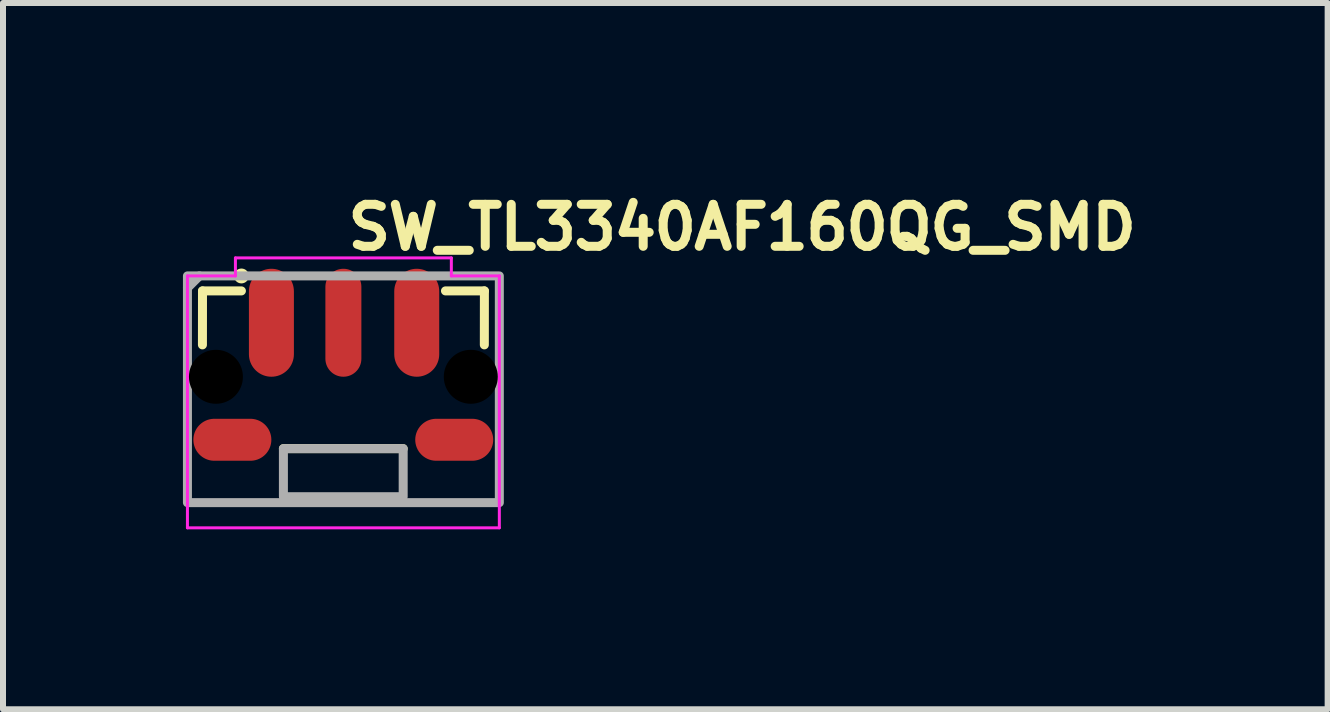
<source format=kicad_pcb>
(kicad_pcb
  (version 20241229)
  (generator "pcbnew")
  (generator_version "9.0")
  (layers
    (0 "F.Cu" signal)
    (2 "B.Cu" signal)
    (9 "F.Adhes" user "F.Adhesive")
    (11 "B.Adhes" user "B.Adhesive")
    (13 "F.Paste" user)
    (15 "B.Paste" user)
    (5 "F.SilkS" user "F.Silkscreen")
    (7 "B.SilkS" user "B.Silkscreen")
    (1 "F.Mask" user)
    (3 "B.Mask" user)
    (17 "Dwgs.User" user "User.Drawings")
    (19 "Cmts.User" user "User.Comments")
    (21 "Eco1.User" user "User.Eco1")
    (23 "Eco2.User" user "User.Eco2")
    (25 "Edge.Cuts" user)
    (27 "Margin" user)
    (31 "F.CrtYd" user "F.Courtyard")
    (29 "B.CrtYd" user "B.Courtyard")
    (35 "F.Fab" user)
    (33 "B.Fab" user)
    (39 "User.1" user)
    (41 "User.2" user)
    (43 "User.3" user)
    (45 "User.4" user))
  (footprint "SW_TL3340AF160QG_SMD"
    (layer "F.Cu")
    (at 2.675 3.45)
    (property "Reference" "SW_TL3340AF160QG_SMD" (at 0 -2.3 0) (layer "F.SilkS") (effects (font (size 0.7 0.7) (thickness 0.15)) (justify left bottom)))
    (attr smd)
    (fp_line (start -2.349 -1.65) (end -2.35 -0.75) (stroke (width 0.15) (type solid)) (layer "F.SilkS"))
    (fp_line (start -2.349 -1.65) (end -1.7 -1.65) (stroke (width 0.15) (type solid)) (layer "F.SilkS"))
    (fp_line (start -1 0.98) (end 0.997 0.98) (stroke (width 0.15) (type solid)) (layer "F.SilkS"))
    (fp_line (start 1.702 -1.65) (end 2.351 -1.65) (stroke (width 0.15) (type solid)) (layer "F.SilkS"))
    (fp_line (start 2.351 -1.65) (end 2.35 -0.75) (stroke (width 0.15) (type solid)) (layer "F.SilkS"))
    (fp_circle (center -1.7 -1.899) (end -1.651 -1.899) (stroke (width 0.15) (type solid)) (fill yes) (layer "F.SilkS"))
    (fp_line (start -2.6 -1.9) (end -1.8 -1.9) (stroke (width 0.05) (type solid)) (layer "F.CrtYd"))
    (fp_line (start -2.6 2.3) (end -2.6 -1.9) (stroke (width 0.05) (type solid)) (layer "F.CrtYd"))
    (fp_line (start -1.8 -2.2) (end 1.8 -2.2) (stroke (width 0.05) (type solid)) (layer "F.CrtYd"))
    (fp_line (start -1.8 -1.9) (end -1.8 -2.2) (stroke (width 0.05) (type solid)) (layer "F.CrtYd"))
    (fp_line (start 1.8 -2.2) (end 1.8 -1.9) (stroke (width 0.05) (type solid)) (layer "F.CrtYd"))
    (fp_line (start 1.8 -1.9) (end 2.6 -1.9) (stroke (width 0.05) (type solid)) (layer "F.CrtYd"))
    (fp_line (start 2.6 -1.9) (end 2.6 2.3) (stroke (width 0.05) (type solid)) (layer "F.CrtYd"))
    (fp_line (start 2.6 2.3) (end -2.6 2.3) (stroke (width 0.05) (type solid)) (layer "F.CrtYd"))
    (fp_line (start -2.6 -1.7) (end -2.4 -1.9) (stroke (width 0.15) (type solid)) (layer "F.Fab"))
    (fp_rect (start -2.6 1.88) (end 2.6 -1.9) (stroke (width 0.15) (type solid)) (fill no) (layer "F.Fab"))
    (fp_rect (start 0.997 0.98) (end -1 1.781) (stroke (width 0.15) (type solid)) (fill no) (layer "F.Fab"))
    (fp_rect (start -2.25 -1.833) (end 2.249 1.832) (stroke (width 0.1) (type solid)) (fill no) (layer "User.5"))
    (fp_line (start -2.25 -1.518) (end -2.25 -0.82) (stroke (width 0.02) (type solid)) (layer "User.9"))
    (fp_line (start -2.25 -0.82) (end -2.25 -0.57) (stroke (width 0.02) (type solid)) (layer "User.9"))
    (fp_line (start -2.25 -0.82) (end -2.165 -0.82) (stroke (width 0.02) (type solid)) (layer "User.9"))
    (fp_line (start -2.25 -0.57) (end -2.25 0.682) (stroke (width 0.02) (type solid)) (layer "User.9"))
    (fp_line (start -2.25 -0.57) (end -2 -0.57) (stroke (width 0.02) (type solid)) (layer "User.9"))
    (fp_line (start -2.25 0.696) (end -2.25 0.682) (stroke (width 0.02) (type solid)) (layer "User.9"))
    (fp_line (start -2.25 0.707) (end -2.25 0.696) (stroke (width 0.02) (type solid)) (layer "User.9"))
    (fp_line (start -2.25 0.721) (end -2.25 0.707) (stroke (width 0.02) (type solid)) (layer "User.9"))
    (fp_line (start -2.246 0.734) (end -2.25 0.721) (stroke (width 0.02) (type solid)) (layer "User.9"))
    (fp_line (start -2.243 0.747) (end -2.246 0.734) (stroke (width 0.02) (type solid)) (layer "User.9"))
    (fp_line (start -2.242 0.76) (end -2.243 0.747) (stroke (width 0.02) (type solid)) (layer "User.9"))
    (fp_line (start -2.238 0.774) (end -2.242 0.76) (stroke (width 0.02) (type solid)) (layer "User.9"))
    (fp_line (start -2.234 0.787) (end -2.238 0.774) (stroke (width 0.02) (type solid)) (layer "User.9"))
    (fp_line (start -2.227 0.799) (end -2.234 0.787) (stroke (width 0.02) (type solid)) (layer "User.9"))
    (fp_line (start -2.222 0.811) (end -2.227 0.799) (stroke (width 0.02) (type solid)) (layer "User.9"))
    (fp_line (start -2.218 0.822) (end -2.222 0.811) (stroke (width 0.02) (type solid)) (layer "User.9"))
    (fp_line (start -2.21 0.832) (end -2.218 0.822) (stroke (width 0.02) (type solid)) (layer "User.9"))
    (fp_line (start -2.203 0.843) (end -2.21 0.832) (stroke (width 0.02) (type solid)) (layer "User.9"))
    (fp_line (start -2.195 0.853) (end -2.203 0.843) (stroke (width 0.02) (type solid)) (layer "User.9"))
    (fp_line (start -2.19 0.864) (end -2.195 0.853) (stroke (width 0.02) (type solid)) (layer "User.9"))
    (fp_line (start -2.182 0.874) (end -2.19 0.864) (stroke (width 0.02) (type solid)) (layer "User.9"))
    (fp_line (start -2.173 0.884) (end -2.182 0.874) (stroke (width 0.02) (type solid)) (layer "User.9"))
    (fp_line (start -2.165 -1.518) (end -2.25 -1.518) (stroke (width 0.02) (type solid)) (layer "User.9"))
    (fp_line (start -2.165 -1.518) (end -1.909 -1.518) (stroke (width 0.02) (type solid)) (layer "User.9"))
    (fp_line (start -2.162 0.893) (end -2.173 0.884) (stroke (width 0.02) (type solid)) (layer "User.9"))
    (fp_line (start -2.153 0.904) (end -2.162 0.893) (stroke (width 0.02) (type solid)) (layer "User.9"))
    (fp_line (start -2.145 0.912) (end -2.153 0.904) (stroke (width 0.02) (type solid)) (layer "User.9"))
    (fp_line (start -2.133 0.92) (end -2.145 0.912) (stroke (width 0.02) (type solid)) (layer "User.9"))
    (fp_line (start -2.122 0.928) (end -2.133 0.92) (stroke (width 0.02) (type solid)) (layer "User.9"))
    (fp_line (start -2.113 0.935) (end -2.122 0.928) (stroke (width 0.02) (type solid)) (layer "User.9"))
    (fp_line (start -2.101 0.942) (end -2.113 0.935) (stroke (width 0.02) (type solid)) (layer "User.9"))
    (fp_line (start -2.089 0.948) (end -2.101 0.942) (stroke (width 0.02) (type solid)) (layer "User.9"))
    (fp_line (start -2.077 0.954) (end -2.089 0.948) (stroke (width 0.02) (type solid)) (layer "User.9"))
    (fp_line (start -2.065 0.959) (end -2.077 0.954) (stroke (width 0.02) (type solid)) (layer "User.9"))
    (fp_line (start -2.053 0.962) (end -2.065 0.959) (stroke (width 0.02) (type solid)) (layer "User.9"))
    (fp_line (start -2.04 0.967) (end -2.053 0.962) (stroke (width 0.02) (type solid)) (layer "User.9"))
    (fp_line (start -2.028 0.97) (end -2.04 0.967) (stroke (width 0.02) (type solid)) (layer "User.9"))
    (fp_line (start -2.016 0.973) (end -2.028 0.97) (stroke (width 0.02) (type solid)) (layer "User.9"))
    (fp_line (start -2 -1.569) (end -2 -1.518) (stroke (width 0.02) (type solid)) (layer "User.9"))
    (fp_line (start -2 -0.82) (end -2.165 -0.82) (stroke (width 0.02) (type solid)) (layer "User.9"))
    (fp_line (start -2 -0.82) (end -2 0.782) (stroke (width 0.02) (type solid)) (layer "User.9"))
    (fp_line (start -2 0.782) (end -2 0.976) (stroke (width 0.02) (type solid)) (layer "User.9"))
    (fp_line (start -2 0.782) (end -1.901 0.782) (stroke (width 0.02) (type solid)) (layer "User.9"))
    (fp_line (start -2 0.976) (end -2.016 0.973) (stroke (width 0.02) (type solid)) (layer "User.9"))
    (fp_line (start -1.994 0.977) (end -2 0.976) (stroke (width 0.02) (type solid)) (layer "User.9"))
    (fp_line (start -1.988 0.978) (end -1.994 0.977) (stroke (width 0.02) (type solid)) (layer "User.9"))
    (fp_line (start -1.982 0.979) (end -1.988 0.978) (stroke (width 0.02) (type solid)) (layer "User.9"))
    (fp_line (start -1.976 0.979) (end -1.982 0.979) (stroke (width 0.02) (type solid)) (layer "User.9"))
    (fp_line (start -1.97 0.98) (end -1.976 0.979) (stroke (width 0.02) (type solid)) (layer "User.9"))
    (fp_line (start -1.966 -1.569) (end -2 -1.569) (stroke (width 0.02) (type solid)) (layer "User.9"))
    (fp_line (start -1.966 -1.569) (end -1.635 -1.569) (stroke (width 0.02) (type solid)) (layer "User.9"))
    (fp_line (start -1.964 0.98) (end -1.97 0.98) (stroke (width 0.02) (type solid)) (layer "User.9"))
    (fp_line (start -1.958 0.98) (end -1.964 0.98) (stroke (width 0.02) (type solid)) (layer "User.9"))
    (fp_line (start -1.95 0.98) (end -1.958 0.98) (stroke (width 0.02) (type solid)) (layer "User.9"))
    (fp_line (start -1.95 0.98) (end 1.949 0.98) (stroke (width 0.02) (type solid)) (layer "User.9"))
    (fp_line (start -1.901 -0.82) (end -2 -0.82) (stroke (width 0.02) (type solid)) (layer "User.9"))
    (fp_line (start -1.901 -0.82) (end -1.5 -0.82) (stroke (width 0.02) (type solid)) (layer "User.9"))
    (fp_line (start -1.851 -1.518) (end -1.909 -1.518) (stroke (width 0.02) (type solid)) (layer "User.9"))
    (fp_line (start -1.851 -1.518) (end -1.851 -1.319) (stroke (width 0.02) (type solid)) (layer "User.9"))
    (fp_line (start -1.851 -1.518) (end -1.738 -1.518) (stroke (width 0.02) (type solid)) (layer "User.9"))
    (fp_line (start -1.851 -1.518) (end -1.738 -1.518) (stroke (width 0.02) (type solid)) (layer "User.9"))
    (fp_line (start -1.851 -1.018) (end -1.851 -1.319) (stroke (width 0.02) (type solid)) (layer "User.9"))
    (fp_line (start -1.851 -1.018) (end -1.851 -0.82) (stroke (width 0.02) (type solid)) (layer "User.9"))
    (fp_line (start -1.738 -1.518) (end -1.651 -1.518) (stroke (width 0.02) (type solid)) (layer "User.9"))
    (fp_line (start -1.73 0.98) (end -1.73 1.082) (stroke (width 0.02) (type solid)) (layer "User.9"))
    (fp_line (start -1.73 1.082) (end -1.726 1.082) (stroke (width 0.02) (type solid)) (layer "User.9"))
    (fp_line (start -1.726 1.082) (end -1.726 1.082) (stroke (width 0.02) (type solid)) (layer "User.9"))
    (fp_line (start -1.726 1.082) (end -1.708 1.082) (stroke (width 0.02) (type solid)) (layer "User.9"))
    (fp_line (start -1.708 1.082) (end -1.708 1.082) (stroke (width 0.02) (type solid)) (layer "User.9"))
    (fp_line (start -1.708 1.082) (end -1.68 1.082) (stroke (width 0.02) (type solid)) (layer "User.9"))
    (fp_line (start -1.68 1.082) (end -1.68 1.082) (stroke (width 0.02) (type solid)) (layer "User.9"))
    (fp_line (start -1.68 1.082) (end -1.601 1.082) (stroke (width 0.02) (type solid)) (layer "User.9"))
    (fp_line (start -1.651 -1.518) (end -1.851 -1.518) (stroke (width 0.02) (type solid)) (layer "User.9"))
    (fp_line (start -1.651 -1.319) (end -1.651 -1.518) (stroke (width 0.02) (type solid)) (layer "User.9"))
    (fp_line (start -1.651 -1.018) (end -1.651 -1.319) (stroke (width 0.02) (type solid)) (layer "User.9"))
    (fp_line (start -1.651 -0.82) (end -1.651 -1.018) (stroke (width 0.02) (type solid)) (layer "User.9"))
    (fp_line (start -1.601 -1.569) (end -1.635 -1.569) (stroke (width 0.02) (type solid)) (layer "User.9"))
    (fp_line (start -1.601 -1.569) (end -1.601 -0.82) (stroke (width 0.02) (type solid)) (layer "User.9"))
    (fp_line (start -1.601 1.082) (end -1.601 1.082) (stroke (width 0.02) (type solid)) (layer "User.9"))
    (fp_line (start -1.601 1.082) (end -1.5 1.082) (stroke (width 0.02) (type solid)) (layer "User.9"))
    (fp_line (start -1.5 -1.833) (end -0.85 -1.833) (stroke (width 0.02) (type solid)) (layer "User.9"))
    (fp_line (start -1.5 -1.686) (end -1.5 -1.833) (stroke (width 0.02) (type solid)) (layer "User.9"))
    (fp_line (start -1.5 -1.686) (end -0.85 -1.686) (stroke (width 0.02) (type solid)) (layer "User.9"))
    (fp_line (start -1.5 -1.619) (end -1.5 -1.686) (stroke (width 0.02) (type solid)) (layer "User.9"))
    (fp_line (start -1.5 -1.619) (end -0.85 -1.619) (stroke (width 0.02) (type solid)) (layer "User.9"))
    (fp_line (start -1.5 -1.569) (end -1.601 -1.569) (stroke (width 0.02) (type solid)) (layer "User.9"))
    (fp_line (start -1.5 -1.569) (end -1.5 -1.619) (stroke (width 0.02) (type solid)) (layer "User.9"))
    (fp_line (start -1.5 -1.569) (end 1.499 -1.569) (stroke (width 0.02) (type solid)) (layer "User.9"))
    (fp_line (start -1.5 1.082) (end -1.5 1.082) (stroke (width 0.02) (type solid)) (layer "User.9"))
    (fp_line (start -1.5 1.082) (end -1.357 1.082) (stroke (width 0.02) (type solid)) (layer "User.9"))
    (fp_line (start -1.357 1.082) (end -1.357 1.082) (stroke (width 0.02) (type solid)) (layer "User.9"))
    (fp_line (start -1.357 1.082) (end -1.321 1.082) (stroke (width 0.02) (type solid)) (layer "User.9"))
    (fp_line (start -1.321 1.082) (end -1.321 1.082) (stroke (width 0.02) (type solid)) (layer "User.9"))
    (fp_line (start -1.321 1.082) (end -1.293 1.082) (stroke (width 0.02) (type solid)) (layer "User.9"))
    (fp_line (start -1.293 1.082) (end -1.293 1.082) (stroke (width 0.02) (type solid)) (layer "User.9"))
    (fp_line (start -1.293 1.082) (end -1.276 1.082) (stroke (width 0.02) (type solid)) (layer "User.9"))
    (fp_line (start -1.276 1.082) (end -1.276 1.082) (stroke (width 0.02) (type solid)) (layer "User.9"))
    (fp_line (start -1.276 1.082) (end -1.27 1.082) (stroke (width 0.02) (type solid)) (layer "User.9"))
    (fp_line (start -1.27 0.98) (end -1.27 1.082) (stroke (width 0.02) (type solid)) (layer "User.9"))
    (fp_line (start -1 0.98) (end -1 1.731) (stroke (width 0.02) (type solid)) (layer "User.9"))
    (fp_line (start -1 1.731) (end -1 1.737) (stroke (width 0.02) (type solid)) (layer "User.9"))
    (fp_line (start -1 1.737) (end -1 1.741) (stroke (width 0.02) (type solid)) (layer "User.9"))
    (fp_line (start -1 1.741) (end -1 1.747) (stroke (width 0.02) (type solid)) (layer "User.9"))
    (fp_line (start -1 1.747) (end -0.999 1.751) (stroke (width 0.02) (type solid)) (layer "User.9"))
    (fp_line (start -0.999 1.751) (end -0.998 1.757) (stroke (width 0.02) (type solid)) (layer "User.9"))
    (fp_line (start -0.998 1.757) (end -0.996 1.761) (stroke (width 0.02) (type solid)) (layer "User.9"))
    (fp_line (start -0.996 1.761) (end -0.995 1.765) (stroke (width 0.02) (type solid)) (layer "User.9"))
    (fp_line (start -0.995 1.765) (end -0.993 1.771) (stroke (width 0.02) (type solid)) (layer "User.9"))
    (fp_line (start -0.993 1.771) (end -0.991 1.775) (stroke (width 0.02) (type solid)) (layer "User.9"))
    (fp_line (start -0.991 1.775) (end -0.989 1.779) (stroke (width 0.02) (type solid)) (layer "User.9"))
    (fp_line (start -0.989 1.779) (end -0.986 1.783) (stroke (width 0.02) (type solid)) (layer "User.9"))
    (fp_line (start -0.986 1.783) (end -0.984 1.787) (stroke (width 0.02) (type solid)) (layer "User.9"))
    (fp_line (start -0.984 1.787) (end -0.981 1.792) (stroke (width 0.02) (type solid)) (layer "User.9"))
    (fp_line (start -0.981 1.792) (end -0.978 1.796) (stroke (width 0.02) (type solid)) (layer "User.9"))
    (fp_line (start -0.978 1.796) (end -0.974 1.798) (stroke (width 0.02) (type solid)) (layer "User.9"))
    (fp_line (start -0.974 1.798) (end -0.971 1.802) (stroke (width 0.02) (type solid)) (layer "User.9"))
    (fp_line (start -0.971 1.802) (end -0.968 1.806) (stroke (width 0.02) (type solid)) (layer "User.9"))
    (fp_line (start -0.968 1.806) (end -0.964 1.808) (stroke (width 0.02) (type solid)) (layer "User.9"))
    (fp_line (start -0.964 1.808) (end -0.96 1.812) (stroke (width 0.02) (type solid)) (layer "User.9"))
    (fp_line (start -0.96 1.812) (end -0.958 1.814) (stroke (width 0.02) (type solid)) (layer "User.9"))
    (fp_line (start -0.958 1.814) (end -0.954 1.818) (stroke (width 0.02) (type solid)) (layer "User.9"))
    (fp_line (start -0.954 1.818) (end -0.95 1.82) (stroke (width 0.02) (type solid)) (layer "User.9"))
    (fp_line (start -0.95 1.82) (end -0.945 1.822) (stroke (width 0.02) (type solid)) (layer "User.9"))
    (fp_line (start -0.945 1.822) (end -0.941 1.824) (stroke (width 0.02) (type solid)) (layer "User.9"))
    (fp_line (start -0.941 1.824) (end -0.936 1.826) (stroke (width 0.02) (type solid)) (layer "User.9"))
    (fp_line (start -0.936 1.826) (end -0.932 1.828) (stroke (width 0.02) (type solid)) (layer "User.9"))
    (fp_line (start -0.932 1.828) (end -0.927 1.828) (stroke (width 0.02) (type solid)) (layer "User.9"))
    (fp_line (start -0.927 1.828) (end -0.922 1.83) (stroke (width 0.02) (type solid)) (layer "User.9"))
    (fp_line (start -0.922 1.83) (end -0.917 1.83) (stroke (width 0.02) (type solid)) (layer "User.9"))
    (fp_line (start -0.917 1.83) (end -0.912 1.832) (stroke (width 0.02) (type solid)) (layer "User.9"))
    (fp_line (start -0.912 1.832) (end -0.907 1.832) (stroke (width 0.02) (type solid)) (layer "User.9"))
    (fp_line (start -0.907 1.832) (end -0.903 1.832) (stroke (width 0.02) (type solid)) (layer "User.9"))
    (fp_line (start -0.903 1.832) (end -0.878 1.832) (stroke (width 0.02) (type solid)) (layer "User.9"))
    (fp_line (start -0.878 1.832) (end -0.878 1.832) (stroke (width 0.02) (type solid)) (layer "User.9"))
    (fp_line (start -0.878 1.832) (end -0.813 1.832) (stroke (width 0.02) (type solid)) (layer "User.9"))
    (fp_line (start -0.85 -1.833) (end -0.85 -1.686) (stroke (width 0.02) (type solid)) (layer "User.9"))
    (fp_line (start -0.85 -1.686) (end -0.85 -1.619) (stroke (width 0.02) (type solid)) (layer "User.9"))
    (fp_line (start -0.85 -1.619) (end -0.85 -1.569) (stroke (width 0.02) (type solid)) (layer "User.9"))
    (fp_line (start -0.813 1.832) (end -0.813 1.832) (stroke (width 0.02) (type solid)) (layer "User.9"))
    (fp_line (start -0.813 1.832) (end -0.704 1.832) (stroke (width 0.02) (type solid)) (layer "User.9"))
    (fp_line (start -0.704 1.832) (end -0.704 1.832) (stroke (width 0.02) (type solid)) (layer "User.9"))
    (fp_line (start -0.704 1.832) (end -0.564 1.832) (stroke (width 0.02) (type solid)) (layer "User.9"))
    (fp_line (start -0.564 1.832) (end -0.564 1.832) (stroke (width 0.02) (type solid)) (layer "User.9"))
    (fp_line (start -0.564 1.832) (end -0.393 1.832) (stroke (width 0.02) (type solid)) (layer "User.9"))
    (fp_line (start -0.393 1.832) (end -0.393 1.832) (stroke (width 0.02) (type solid)) (layer "User.9"))
    (fp_line (start -0.393 1.832) (end -0.203 1.832) (stroke (width 0.02) (type solid)) (layer "User.9"))
    (fp_line (start -0.25 -1.833) (end -0.25 -1.686) (stroke (width 0.02) (type solid)) (layer "User.9"))
    (fp_line (start -0.25 -1.833) (end 0.247 -1.833) (stroke (width 0.02) (type solid)) (layer "User.9"))
    (fp_line (start -0.25 -1.686) (end -0.25 -1.619) (stroke (width 0.02) (type solid)) (layer "User.9"))
    (fp_line (start -0.25 -1.686) (end 0.247 -1.686) (stroke (width 0.02) (type solid)) (layer "User.9"))
    (fp_line (start -0.25 -1.619) (end -0.25 -1.569) (stroke (width 0.02) (type solid)) (layer "User.9"))
    (fp_line (start -0.25 -1.619) (end 0.247 -1.619) (stroke (width 0.02) (type solid)) (layer "User.9"))
    (fp_line (start -0.203 1.832) (end -0.203 1.832) (stroke (width 0.02) (type solid)) (layer "User.9"))
    (fp_line (start -0.203 1.832) (end 0 1.832) (stroke (width 0.02) (type solid)) (layer "User.9"))
    (fp_line (start 0 1.832) (end 0 1.832) (stroke (width 0.02) (type solid)) (layer "User.9"))
    (fp_line (start 0 1.832) (end 0.2 1.832) (stroke (width 0.02) (type solid)) (layer "User.9"))
    (fp_line (start 0.2 1.832) (end 0.2 1.832) (stroke (width 0.02) (type solid)) (layer "User.9"))
    (fp_line (start 0.2 1.832) (end 0.39 1.832) (stroke (width 0.02) (type solid)) (layer "User.9"))
    (fp_line (start 0.247 -1.686) (end 0.247 -1.833) (stroke (width 0.02) (type solid)) (layer "User.9"))
    (fp_line (start 0.247 -1.619) (end 0.247 -1.686) (stroke (width 0.02) (type solid)) (layer "User.9"))
    (fp_line (start 0.247 -1.569) (end 0.247 -1.619) (stroke (width 0.02) (type solid)) (layer "User.9"))
    (fp_line (start 0.39 1.832) (end 0.39 1.832) (stroke (width 0.02) (type solid)) (layer "User.9"))
    (fp_line (start 0.39 1.832) (end 0.561 1.832) (stroke (width 0.02) (type solid)) (layer "User.9"))
    (fp_line (start 0.561 1.832) (end 0.561 1.832) (stroke (width 0.02) (type solid)) (layer "User.9"))
    (fp_line (start 0.561 1.832) (end 0.703 1.832) (stroke (width 0.02) (type solid)) (layer "User.9"))
    (fp_line (start 0.703 1.832) (end 0.703 1.832) (stroke (width 0.02) (type solid)) (layer "User.9"))
    (fp_line (start 0.703 1.832) (end 0.81 1.832) (stroke (width 0.02) (type solid)) (layer "User.9"))
    (fp_line (start 0.81 1.832) (end 0.81 1.832) (stroke (width 0.02) (type solid)) (layer "User.9"))
    (fp_line (start 0.81 1.832) (end 0.875 1.832) (stroke (width 0.02) (type solid)) (layer "User.9"))
    (fp_line (start 0.847 -1.833) (end 0.847 -1.686) (stroke (width 0.02) (type solid)) (layer "User.9"))
    (fp_line (start 0.847 -1.686) (end 0.847 -1.619) (stroke (width 0.02) (type solid)) (layer "User.9"))
    (fp_line (start 0.847 -1.619) (end 0.847 -1.569) (stroke (width 0.02) (type solid)) (layer "User.9"))
    (fp_line (start 0.875 1.832) (end 0.875 1.832) (stroke (width 0.02) (type solid)) (layer "User.9"))
    (fp_line (start 0.875 1.832) (end 0.9 1.832) (stroke (width 0.02) (type solid)) (layer "User.9"))
    (fp_line (start 0.905 1.832) (end 0.9 1.832) (stroke (width 0.02) (type solid)) (layer "User.9"))
    (fp_line (start 0.91 1.832) (end 0.905 1.832) (stroke (width 0.02) (type solid)) (layer "User.9"))
    (fp_line (start 0.915 1.83) (end 0.91 1.832) (stroke (width 0.02) (type solid)) (layer "User.9"))
    (fp_line (start 0.919 1.83) (end 0.915 1.83) (stroke (width 0.02) (type solid)) (layer "User.9"))
    (fp_line (start 0.924 1.828) (end 0.919 1.83) (stroke (width 0.02) (type solid)) (layer "User.9"))
    (fp_line (start 0.929 1.828) (end 0.924 1.828) (stroke (width 0.02) (type solid)) (layer "User.9"))
    (fp_line (start 0.934 1.826) (end 0.929 1.828) (stroke (width 0.02) (type solid)) (layer "User.9"))
    (fp_line (start 0.938 1.824) (end 0.934 1.826) (stroke (width 0.02) (type solid)) (layer "User.9"))
    (fp_line (start 0.943 1.822) (end 0.938 1.824) (stroke (width 0.02) (type solid)) (layer "User.9"))
    (fp_line (start 0.947 1.82) (end 0.943 1.822) (stroke (width 0.02) (type solid)) (layer "User.9"))
    (fp_line (start 0.951 1.818) (end 0.947 1.82) (stroke (width 0.02) (type solid)) (layer "User.9"))
    (fp_line (start 0.955 1.814) (end 0.951 1.818) (stroke (width 0.02) (type solid)) (layer "User.9"))
    (fp_line (start 0.959 1.812) (end 0.955 1.814) (stroke (width 0.02) (type solid)) (layer "User.9"))
    (fp_line (start 0.961 1.808) (end 0.959 1.812) (stroke (width 0.02) (type solid)) (layer "User.9"))
    (fp_line (start 0.965 1.806) (end 0.961 1.808) (stroke (width 0.02) (type solid)) (layer "User.9"))
    (fp_line (start 0.968 1.802) (end 0.965 1.806) (stroke (width 0.02) (type solid)) (layer "User.9"))
    (fp_line (start 0.972 1.798) (end 0.968 1.802) (stroke (width 0.02) (type solid)) (layer "User.9"))
    (fp_line (start 0.975 1.794) (end 0.972 1.798) (stroke (width 0.02) (type solid)) (layer "User.9"))
    (fp_line (start 0.978 1.791) (end 0.975 1.794) (stroke (width 0.02) (type solid)) (layer "User.9"))
    (fp_line (start 0.981 1.787) (end 0.978 1.791) (stroke (width 0.02) (type solid)) (layer "User.9"))
    (fp_line (start 0.984 1.783) (end 0.981 1.787) (stroke (width 0.02) (type solid)) (layer "User.9"))
    (fp_line (start 0.986 1.779) (end 0.984 1.783) (stroke (width 0.02) (type solid)) (layer "User.9"))
    (fp_line (start 0.988 1.775) (end 0.986 1.779) (stroke (width 0.02) (type solid)) (layer "User.9"))
    (fp_line (start 0.99 1.769) (end 0.988 1.775) (stroke (width 0.02) (type solid)) (layer "User.9"))
    (fp_line (start 0.992 1.765) (end 0.99 1.769) (stroke (width 0.02) (type solid)) (layer "User.9"))
    (fp_line (start 0.994 1.761) (end 0.992 1.765) (stroke (width 0.02) (type solid)) (layer "User.9"))
    (fp_line (start 0.995 1.755) (end 0.994 1.761) (stroke (width 0.02) (type solid)) (layer "User.9"))
    (fp_line (start 0.996 1.751) (end 0.995 1.755) (stroke (width 0.02) (type solid)) (layer "User.9"))
    (fp_line (start 0.997 0.98) (end 0.997 1.731) (stroke (width 0.02) (type solid)) (layer "User.9"))
    (fp_line (start 0.997 1.731) (end 0.998 1.737) (stroke (width 0.02) (type solid)) (layer "User.9"))
    (fp_line (start 0.997 1.741) (end 0.997 1.747) (stroke (width 0.02) (type solid)) (layer "User.9"))
    (fp_line (start 0.997 1.747) (end 0.996 1.751) (stroke (width 0.02) (type solid)) (layer "User.9"))
    (fp_line (start 0.998 1.737) (end 0.997 1.741) (stroke (width 0.02) (type solid)) (layer "User.9"))
    (fp_line (start 1.269 0.98) (end 1.269 1.082) (stroke (width 0.02) (type solid)) (layer "User.9"))
    (fp_line (start 1.269 1.082) (end 1.275 1.082) (stroke (width 0.02) (type solid)) (layer "User.9"))
    (fp_line (start 1.275 1.082) (end 1.275 1.082) (stroke (width 0.02) (type solid)) (layer "User.9"))
    (fp_line (start 1.275 1.082) (end 1.292 1.082) (stroke (width 0.02) (type solid)) (layer "User.9"))
    (fp_line (start 1.292 1.082) (end 1.292 1.082) (stroke (width 0.02) (type solid)) (layer "User.9"))
    (fp_line (start 1.292 1.082) (end 1.32 1.082) (stroke (width 0.02) (type solid)) (layer "User.9"))
    (fp_line (start 1.32 1.082) (end 1.32 1.082) (stroke (width 0.02) (type solid)) (layer "User.9"))
    (fp_line (start 1.32 1.082) (end 1.4 1.082) (stroke (width 0.02) (type solid)) (layer "User.9"))
    (fp_line (start 1.4 1.082) (end 1.4 1.082) (stroke (width 0.02) (type solid)) (layer "User.9"))
    (fp_line (start 1.4 1.082) (end 1.499 1.082) (stroke (width 0.02) (type solid)) (layer "User.9"))
    (fp_line (start 1.499 -1.833) (end 0.847 -1.833) (stroke (width 0.02) (type solid)) (layer "User.9"))
    (fp_line (start 1.499 -1.686) (end 0.847 -1.686) (stroke (width 0.02) (type solid)) (layer "User.9"))
    (fp_line (start 1.499 -1.686) (end 1.499 -1.833) (stroke (width 0.02) (type solid)) (layer "User.9"))
    (fp_line (start 1.499 -1.619) (end 0.847 -1.619) (stroke (width 0.02) (type solid)) (layer "User.9"))
    (fp_line (start 1.499 -1.619) (end 1.499 -1.686) (stroke (width 0.02) (type solid)) (layer "User.9"))
    (fp_line (start 1.499 -1.569) (end 1.499 -1.619) (stroke (width 0.02) (type solid)) (layer "User.9"))
    (fp_line (start 1.499 -0.82) (end 1.898 -0.82) (stroke (width 0.02) (type solid)) (layer "User.9"))
    (fp_line (start 1.499 1.082) (end 1.499 1.082) (stroke (width 0.02) (type solid)) (layer "User.9"))
    (fp_line (start 1.499 1.082) (end 1.642 1.082) (stroke (width 0.02) (type solid)) (layer "User.9"))
    (fp_line (start 1.6 -1.569) (end 1.499 -1.569) (stroke (width 0.02) (type solid)) (layer "User.9"))
    (fp_line (start 1.6 -0.82) (end 1.6 -1.569) (stroke (width 0.02) (type solid)) (layer "User.9"))
    (fp_line (start 1.634 -1.569) (end 1.6 -1.569) (stroke (width 0.02) (type solid)) (layer "User.9"))
    (fp_line (start 1.634 -1.569) (end 1.965 -1.569) (stroke (width 0.02) (type solid)) (layer "User.9"))
    (fp_line (start 1.642 1.082) (end 1.642 1.082) (stroke (width 0.02) (type solid)) (layer "User.9"))
    (fp_line (start 1.642 1.082) (end 1.679 1.082) (stroke (width 0.02) (type solid)) (layer "User.9"))
    (fp_line (start 1.648 -1.518) (end 1.648 -1.319) (stroke (width 0.02) (type solid)) (layer "User.9"))
    (fp_line (start 1.648 -1.018) (end 1.648 -1.319) (stroke (width 0.02) (type solid)) (layer "User.9"))
    (fp_line (start 1.648 -1.018) (end 1.648 -0.82) (stroke (width 0.02) (type solid)) (layer "User.9"))
    (fp_line (start 1.679 1.082) (end 1.679 1.082) (stroke (width 0.02) (type solid)) (layer "User.9"))
    (fp_line (start 1.679 1.082) (end 1.707 1.082) (stroke (width 0.02) (type solid)) (layer "User.9"))
    (fp_line (start 1.707 1.082) (end 1.707 1.082) (stroke (width 0.02) (type solid)) (layer "User.9"))
    (fp_line (start 1.707 1.082) (end 1.723 1.082) (stroke (width 0.02) (type solid)) (layer "User.9"))
    (fp_line (start 1.723 1.082) (end 1.723 1.082) (stroke (width 0.02) (type solid)) (layer "User.9"))
    (fp_line (start 1.723 1.082) (end 1.729 1.082) (stroke (width 0.02) (type solid)) (layer "User.9"))
    (fp_line (start 1.729 0.98) (end 1.729 1.082) (stroke (width 0.02) (type solid)) (layer "User.9"))
    (fp_line (start 1.85 -1.518) (end 1.648 -1.518) (stroke (width 0.02) (type solid)) (layer "User.9"))
    (fp_line (start 1.85 -1.319) (end 1.85 -1.518) (stroke (width 0.02) (type solid)) (layer "User.9"))
    (fp_line (start 1.85 -1.018) (end 1.85 -1.319) (stroke (width 0.02) (type solid)) (layer "User.9"))
    (fp_line (start 1.85 -0.82) (end 1.85 -1.018) (stroke (width 0.02) (type solid)) (layer "User.9"))
    (fp_line (start 1.898 0.782) (end 1.999 0.782) (stroke (width 0.02) (type solid)) (layer "User.9"))
    (fp_line (start 1.908 -1.518) (end 1.85 -1.518) (stroke (width 0.02) (type solid)) (layer "User.9"))
    (fp_line (start 1.955 0.98) (end 1.949 0.98) (stroke (width 0.02) (type solid)) (layer "User.9"))
    (fp_line (start 1.961 0.98) (end 1.955 0.98) (stroke (width 0.02) (type solid)) (layer "User.9"))
    (fp_line (start 1.967 0.98) (end 1.961 0.98) (stroke (width 0.02) (type solid)) (layer "User.9"))
    (fp_line (start 1.975 0.979) (end 1.967 0.98) (stroke (width 0.02) (type solid)) (layer "User.9"))
    (fp_line (start 1.981 0.979) (end 1.975 0.979) (stroke (width 0.02) (type solid)) (layer "User.9"))
    (fp_line (start 1.987 0.978) (end 1.981 0.979) (stroke (width 0.02) (type solid)) (layer "User.9"))
    (fp_line (start 1.993 0.977) (end 1.987 0.978) (stroke (width 0.02) (type solid)) (layer "User.9"))
    (fp_line (start 1.999 -1.569) (end 1.965 -1.569) (stroke (width 0.02) (type solid)) (layer "User.9"))
    (fp_line (start 1.999 -1.569) (end 1.999 -1.518) (stroke (width 0.02) (type solid)) (layer "User.9"))
    (fp_line (start 1.999 -1.518) (end 1.999 -1.569) (stroke (width 0.02) (type solid)) (layer "User.9"))
    (fp_line (start 1.999 -0.82) (end 1.898 -0.82) (stroke (width 0.02) (type solid)) (layer "User.9"))
    (fp_line (start 1.999 -0.82) (end 2.16 -0.82) (stroke (width 0.02) (type solid)) (layer "User.9"))
    (fp_line (start 1.999 0.782) (end 1.999 -0.82) (stroke (width 0.02) (type solid)) (layer "User.9"))
    (fp_line (start 1.999 0.782) (end 1.999 0.976) (stroke (width 0.02) (type solid)) (layer "User.9"))
    (fp_line (start 1.999 0.976) (end 1.993 0.977) (stroke (width 0.02) (type solid)) (layer "User.9"))
    (fp_line (start 2.011 0.973) (end 1.999 0.976) (stroke (width 0.02) (type solid)) (layer "User.9"))
    (fp_line (start 2.026 0.97) (end 2.011 0.973) (stroke (width 0.02) (type solid)) (layer "User.9"))
    (fp_line (start 2.039 0.967) (end 2.026 0.97) (stroke (width 0.02) (type solid)) (layer "User.9"))
    (fp_line (start 2.052 0.962) (end 2.039 0.967) (stroke (width 0.02) (type solid)) (layer "User.9"))
    (fp_line (start 2.064 0.959) (end 2.052 0.962) (stroke (width 0.02) (type solid)) (layer "User.9"))
    (fp_line (start 2.076 0.954) (end 2.064 0.959) (stroke (width 0.02) (type solid)) (layer "User.9"))
    (fp_line (start 2.088 0.948) (end 2.076 0.954) (stroke (width 0.02) (type solid)) (layer "User.9"))
    (fp_line (start 2.099 0.942) (end 2.088 0.948) (stroke (width 0.02) (type solid)) (layer "User.9"))
    (fp_line (start 2.111 0.935) (end 2.099 0.942) (stroke (width 0.02) (type solid)) (layer "User.9"))
    (fp_line (start 2.12 0.928) (end 2.111 0.935) (stroke (width 0.02) (type solid)) (layer "User.9"))
    (fp_line (start 2.132 0.92) (end 2.12 0.928) (stroke (width 0.02) (type solid)) (layer "User.9"))
    (fp_line (start 2.14 0.912) (end 2.132 0.92) (stroke (width 0.02) (type solid)) (layer "User.9"))
    (fp_line (start 2.152 0.904) (end 2.14 0.912) (stroke (width 0.02) (type solid)) (layer "User.9"))
    (fp_line (start 2.16 -1.518) (end 1.908 -1.518) (stroke (width 0.02) (type solid)) (layer "User.9"))
    (fp_line (start 2.16 -0.82) (end 2.249 -0.82) (stroke (width 0.02) (type solid)) (layer "User.9"))
    (fp_line (start 2.16 0.893) (end 2.152 0.904) (stroke (width 0.02) (type solid)) (layer "User.9"))
    (fp_line (start 2.168 0.884) (end 2.16 0.893) (stroke (width 0.02) (type solid)) (layer "User.9"))
    (fp_line (start 2.177 0.874) (end 2.168 0.884) (stroke (width 0.02) (type solid)) (layer "User.9"))
    (fp_line (start 2.185 0.864) (end 2.177 0.874) (stroke (width 0.02) (type solid)) (layer "User.9"))
    (fp_line (start 2.193 0.853) (end 2.185 0.864) (stroke (width 0.02) (type solid)) (layer "User.9"))
    (fp_line (start 2.201 0.843) (end 2.193 0.853) (stroke (width 0.02) (type solid)) (layer "User.9"))
    (fp_line (start 2.208 0.832) (end 2.201 0.843) (stroke (width 0.02) (type solid)) (layer "User.9"))
    (fp_line (start 2.213 0.822) (end 2.208 0.832) (stroke (width 0.02) (type solid)) (layer "User.9"))
    (fp_line (start 2.221 0.811) (end 2.213 0.822) (stroke (width 0.02) (type solid)) (layer "User.9"))
    (fp_line (start 2.225 0.799) (end 2.221 0.811) (stroke (width 0.02) (type solid)) (layer "User.9"))
    (fp_line (start 2.229 0.787) (end 2.225 0.799) (stroke (width 0.02) (type solid)) (layer "User.9"))
    (fp_line (start 2.233 0.774) (end 2.229 0.787) (stroke (width 0.02) (type solid)) (layer "User.9"))
    (fp_line (start 2.237 0.76) (end 2.233 0.774) (stroke (width 0.02) (type solid)) (layer "User.9"))
    (fp_line (start 2.241 0.747) (end 2.237 0.76) (stroke (width 0.02) (type solid)) (layer "User.9"))
    (fp_line (start 2.245 0.721) (end 2.245 0.734) (stroke (width 0.02) (type solid)) (layer "User.9"))
    (fp_line (start 2.245 0.734) (end 2.241 0.747) (stroke (width 0.02) (type solid)) (layer "User.9"))
    (fp_line (start 2.248 0.707) (end 2.245 0.721) (stroke (width 0.02) (type solid)) (layer "User.9"))
    (fp_line (start 2.249 -1.518) (end 2.16 -1.518) (stroke (width 0.02) (type solid)) (layer "User.9"))
    (fp_line (start 2.249 -0.82) (end 2.249 -1.518) (stroke (width 0.02) (type solid)) (layer "User.9"))
    (fp_line (start 2.249 -0.82) (end 2.249 -0.57) (stroke (width 0.02) (type solid)) (layer "User.9"))
    (fp_line (start 2.249 -0.57) (end 1.999 -0.57) (stroke (width 0.02) (type solid)) (layer "User.9"))
    (fp_line (start 2.249 -0.57) (end 2.249 0.682) (stroke (width 0.02) (type solid)) (layer "User.9"))
    (fp_line (start 2.249 0.682) (end 2.249 0.696) (stroke (width 0.02) (type solid)) (layer "User.9"))
    (fp_line (start 2.249 0.696) (end 2.248 0.707) (stroke (width 0.02) (type solid)) (layer "User.9"))
    (pad "" np_thru_hole circle (at -2.125 -0.218 180) (size 0.9 0.9) (drill 0.9) (layers "*.Mask"))
    (pad "" np_thru_hole circle (at 2.124 -0.218 180) (size 0.9 0.9) (drill 0.9) (layers "*.Mask"))
    (pad "1" smd oval (at 1.223 -1.119 180) (size 0.75 1.8) (layers "F.Cu" "F.Mask" "F.Paste"))
    (pad "2" smd oval (at 0 -1.119 180) (size 0.6 1.8) (layers "F.Cu" "F.Mask" "F.Paste"))
    (pad "3" smd oval (at -1.2 -1.119 180) (size 0.75 1.8) (layers "F.Cu" "F.Mask" "F.Paste"))
    (pad "SH" smd oval (at -1.851 0.832 180) (size 1.3 0.7) (layers "F.Cu" "F.Mask" "F.Paste"))
    (pad "SH" smd oval (at 1.848 0.832 180) (size 1.3 0.7) (layers "F.Cu" "F.Mask" "F.Paste")))
  (gr_rect
    (start -3 -3)
    (end 19.085 8.775)
    (stroke (width 0.1) (type default))
    (fill no)
    (layer "Edge.Cuts")))
</source>
